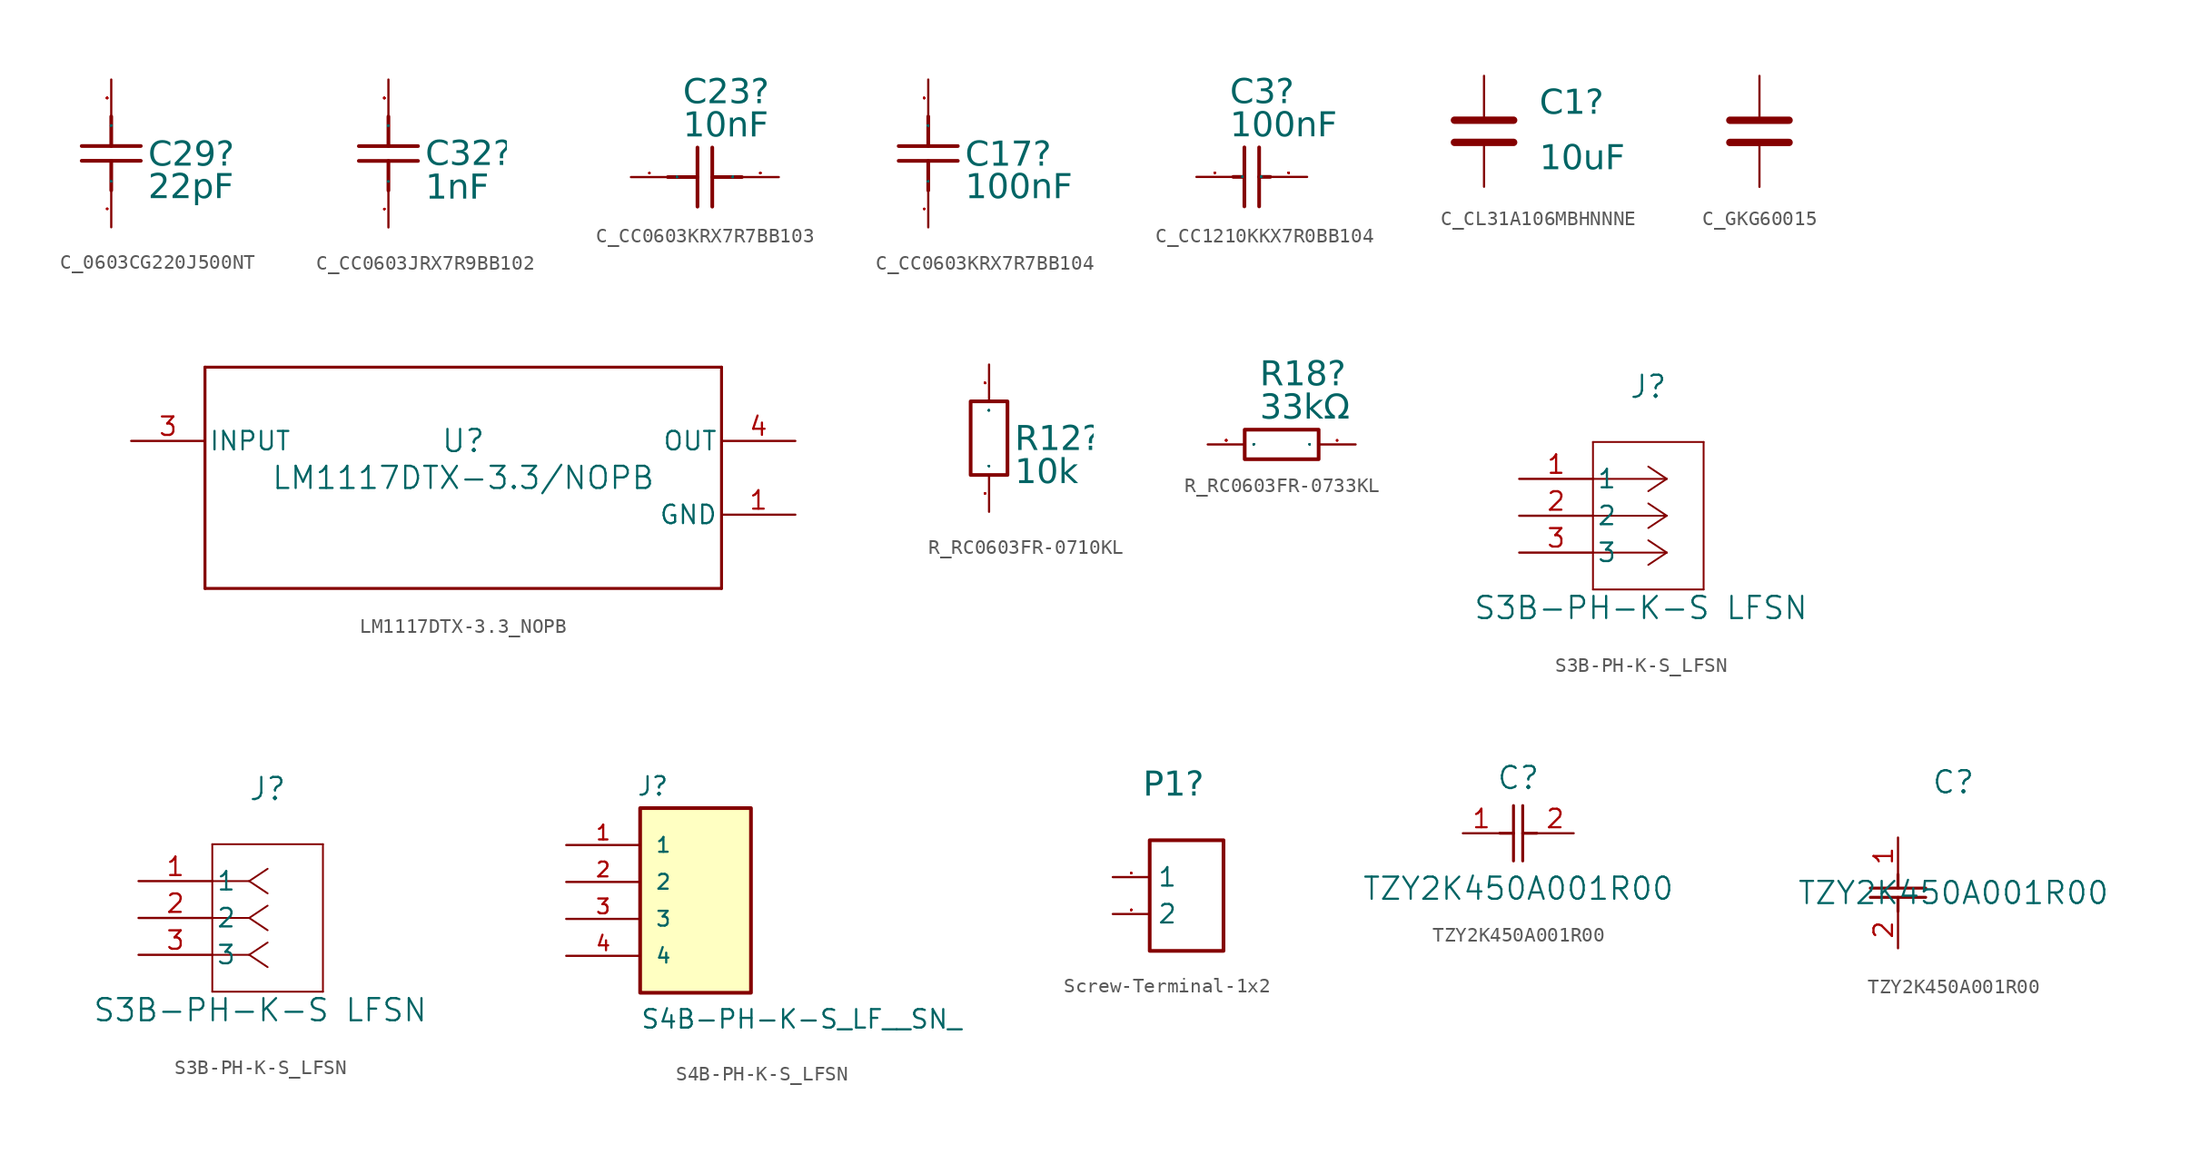
<source format=kicad_sym>
(kicad_symbol_lib
  (version 20241209)
  (generator "kicad_symbol_editor")
  (generator_version "9.0")
  (symbol "C_0603CG220J500NT"
    (property "Reference" "C29"
      (at 2.54 0.851 0)
      (effects (font (face "Arial") (size 1.689 1.689)) (justify left top)))
    (property "Value" "22pF"
      (at 2.54 -1.384 0)
      (effects (font (face "Arial") (size 1.689 1.689)) (justify left top)))
    (symbol "C_0603CG220J500NT_0_0"
      (polyline (pts (xy -2.032 0.508) (xy 2.032 0.508)) (stroke (width 0.254) (type solid)) (fill (type none)))
      (polyline (pts (xy 0 2.54) (xy 0 0.508)) (stroke (width 0.254) (type solid)) (fill (type none)))
      (polyline (pts (xy 0 -0.508) (xy 0 -2.54)) (stroke (width 0.254) (type solid)) (fill (type none)))
      (polyline (pts (xy 2.032 -0.508) (xy -2.032 -0.508)) (stroke (width 0.254) (type solid)) (fill (type none)))
      (pin unspecified line (at 0 5.08 270) (length 2.54) (name "2" (effects (font (size 0.025 0.025)))) (number "2" (effects (font (size 0.025 0.025)))))
      (pin unspecified line (at 0 -5.08 90) (length 2.54) (name "1" (effects (font (size 0.025 0.025)))) (number "1" (effects (font (size 0.025 0.025)))))))
  (symbol "C_CC0603JRX7R9BB102"
    (property "Reference" "C32"
      (at 2.54 0.902 0)
      (effects (font (face "Arial") (size 1.689 1.689)) (justify left top)))
    (property "Value" "1nF"
      (at 2.54 -1.41 0)
      (effects (font (face "Arial") (size 1.689 1.689)) (justify left top)))
    (symbol "C_CC0603JRX7R9BB102_0_0"
      (polyline (pts (xy -2.032 0.508) (xy 2.032 0.508)) (stroke (width 0.254) (type solid)) (fill (type none)))
      (polyline (pts (xy 0 2.54) (xy 0 0.508)) (stroke (width 0.254) (type solid)) (fill (type none)))
      (polyline (pts (xy 0 -0.508) (xy 0 -2.54)) (stroke (width 0.254) (type solid)) (fill (type none)))
      (polyline (pts (xy 2.032 -0.508) (xy -2.032 -0.508)) (stroke (width 0.254) (type solid)) (fill (type none)))
      (pin unspecified line (at 0 5.08 270) (length 2.54) (name "2" (effects (font (size 0.025 0.025)))) (number "2" (effects (font (size 0.025 0.025)))))
      (pin unspecified line (at 0 -5.08 90) (length 2.54) (name "1" (effects (font (size 0.025 0.025)))) (number "1" (effects (font (size 0.025 0.025)))))))
  (symbol "C_CC0603KRX7R7BB103"
    (property "Reference" "C23"
      (at -1.499 6.769 0)
      (effects (font (face "Arial") (size 1.689 1.689)) (justify left top)))
    (property "Value" "10nF"
      (at -1.499 4.483 0)
      (effects (font (face "Arial") (size 1.689 1.689)) (justify left top)))
    (symbol "C_CC0603KRX7R7BB103_0_0"
      (polyline (pts (xy -0.508 0) (xy -2.54 0)) (stroke (width 0.254) (type solid)) (fill (type none)))
      (polyline (pts (xy -0.508 -2.032) (xy -0.508 2.032)) (stroke (width 0.254) (type solid)) (fill (type none)))
      (polyline (pts (xy 0.508 2.032) (xy 0.508 -2.032)) (stroke (width 0.254) (type solid)) (fill (type none)))
      (polyline (pts (xy 2.54 0) (xy 0.508 0)) (stroke (width 0.254) (type solid)) (fill (type none)))
      (pin unspecified line (at -5.08 0 0) (length 2.54) (name "1" (effects (font (size 0.025 0.025)))) (number "1" (effects (font (size 0.025 0.025)))))
      (pin unspecified line (at 5.08 0 180) (length 2.54) (name "2" (effects (font (size 0.025 0.025)))) (number "2" (effects (font (size 0.025 0.025)))))))
  (symbol "C_CC0603KRX7R7BB104"
    (property "Reference" "C17"
      (at 2.54 0.851 0)
      (effects (font (face "Arial") (size 1.689 1.689)) (justify left top)))
    (property "Value" "100nF"
      (at 2.54 -1.384 0)
      (effects (font (face "Arial") (size 1.689 1.689)) (justify left top)))
    (symbol "C_CC0603KRX7R7BB104_0_0"
      (polyline (pts (xy -2.032 0.508) (xy 2.032 0.508)) (stroke (width 0.254) (type solid)) (fill (type none)))
      (polyline (pts (xy 0 2.54) (xy 0 0.508)) (stroke (width 0.254) (type solid)) (fill (type none)))
      (polyline (pts (xy 0 -0.508) (xy 0 -2.54)) (stroke (width 0.254) (type solid)) (fill (type none)))
      (polyline (pts (xy 2.032 -0.508) (xy -2.032 -0.508)) (stroke (width 0.254) (type solid)) (fill (type none)))
      (pin unspecified line (at 0 5.08 270) (length 2.54) (name "2" (effects (font (size 0.025 0.025)))) (number "2" (effects (font (size 0.025 0.025)))))
      (pin unspecified line (at 0 -5.08 90) (length 2.54) (name "1" (effects (font (size 0.025 0.025)))) (number "1" (effects (font (size 0.025 0.025)))))))
  (symbol "C_CC1210KKX7R0BB104"
    (property "Reference" "C3"
      (at -2.769 6.769 0)
      (effects (font (face "Arial") (size 1.689 1.689)) (justify left top)))
    (property "Value" "100nF"
      (at -2.769 4.483 0)
      (effects (font (face "Arial") (size 1.689 1.689)) (justify left top)))
    (symbol "C_CC1210KKX7R0BB104_0_0"
      (polyline (pts (xy -2.54 0) (xy -1.778 0)) (stroke (width 0.254) (type solid)) (fill (type none)))
      (polyline (pts (xy -1.778 2.032) (xy -1.778 -2.032)) (stroke (width 0.254) (type solid)) (fill (type none)))
      (polyline (pts (xy -0.762 2.032) (xy -0.762 -2.032)) (stroke (width 0.254) (type solid)) (fill (type none)))
      (polyline (pts (xy -0.762 0) (xy 0 0)) (stroke (width 0.254) (type solid)) (fill (type none)))
      (pin input line (at -5.08 0 0) (length 2.54) (name "1" (effects (font (size 0.025 0.025)))) (number "1" (effects (font (size 0.025 0.025)))))
      (pin input line (at 2.54 0 180) (length 2.54) (name "2" (effects (font (size 0.025 0.025)))) (number "2" (effects (font (size 0.025 0.025)))))))
  (symbol "C_CL31A106MBHNNNE"
    (pin_numbers
      (hide yes))
    (pin_names
      (offset 0.254))
    (property "Reference" "C1"
      (at 3.81 1.905 0)
      (effects (font (face "Arial") (size 1.689 1.689)) (justify left)))
    (property "Value" "10uF"
      (at 3.81 -1.905 0)
      (effects (font (face "Arial") (size 1.689 1.689)) (justify left)))
    (symbol "C_CL31A106MBHNNNE_0_1"
      (polyline (pts (xy -2.032 0.762) (xy 2.032 0.762)) (stroke (width 0.508) (type default)) (fill (type none)))
      (polyline (pts (xy -2.032 -0.762) (xy 2.032 -0.762)) (stroke (width 0.508) (type default)) (fill (type none))))
    (symbol "C_CL31A106MBHNNNE_1_1"
      (pin passive line (at 0 3.81 270) (length 2.794) (name "~" (effects (font (size 1.27 1.27)))) (number "1" (effects (font (size 1.27 1.27)))))
      (pin passive line (at 0 -3.81 90) (length 2.794) (name "~" (effects (font (size 1.27 1.27)))) (number "2" (effects (font (size 1.27 1.27)))))))
  (symbol "C_GKG60015"
    (pin_numbers
      (hide yes))
    (pin_names
      (offset 0.254))
    (property "Reference" "C8"
      (at 5.08 -3.81 90)
      (effects (font (size 1.524 1.524)) (justify right) (hide yes)))
    (symbol "C_GKG60015_0_1"
      (polyline (pts (xy -2.032 0.762) (xy 2.032 0.762)) (stroke (width 0.508) (type default)) (fill (type none)))
      (polyline (pts (xy -2.032 -0.762) (xy 2.032 -0.762)) (stroke (width 0.508) (type default)) (fill (type none))))
    (symbol "C_GKG60015_1_1"
      (pin passive line (at 0 3.81 270) (length 2.794) (name "~" (effects (font (size 1.27 1.27)))) (number "1" (effects (font (size 1.27 1.27)))))
      (pin passive line (at 0 -3.81 90) (length 2.794) (name "~" (effects (font (size 1.27 1.27)))) (number "2" (effects (font (size 1.27 1.27)))))))
  (symbol "LM1117DTX-3.3_NOPB"
    (pin_names
      (offset 0.254))
    (property "Reference" "U"
      (at 0 2.54 0)
      (effects (font (size 1.524 1.524))))
    (property "Value" "LM1117DTX-3.3/NOPB"
      (at 0 0 0)
      (effects (font (size 1.524 1.524))))
    (property "ki_locked" ""
      (at 0 0 0)
      (effects (font (size 1.27 1.27))))
    (symbol "LM1117DTX-3.3_NOPB_0_1"
      (polyline (pts (xy -17.78 7.62) (xy -17.78 -7.62)) (stroke (width 0.203) (type default)) (fill (type none)))
      (polyline (pts (xy -17.78 -7.62) (xy 17.78 -7.62)) (stroke (width 0.203) (type default)) (fill (type none)))
      (polyline (pts (xy 17.78 7.62) (xy -17.78 7.62)) (stroke (width 0.203) (type default)) (fill (type none)))
      (polyline (pts (xy 17.78 -7.62) (xy 17.78 7.62)) (stroke (width 0.203) (type default)) (fill (type none)))
      (pin power_in line (at -22.86 2.54 0) (length 5.08) (name "INPUT" (effects (font (size 1.27 1.27)))) (number "3" (effects (font (size 1.27 1.27)))))
      (pin power_in line (at 22.86 2.54 180) (length 5.08) (name "OUT" (effects (font (size 1.27 1.27)))) (number "4" (effects (font (size 1.27 1.27)))))
      (pin power_in line (at 22.86 -2.54 180) (length 5.08) (name "GND" (effects (font (size 1.27 1.27)))) (number "1" (effects (font (size 1.27 1.27)))))))
  (symbol "R_RC0603FR-0710KL"
    (property "Reference" "R12"
      (at 1.778 0.876 0)
      (effects (font (face "Arial") (size 1.689 1.689)) (justify left top)))
    (property "Value" "10k"
      (at 1.778 -1.41 0)
      (effects (font (face "Arial") (size 1.689 1.689)) (justify left top)))
    (symbol "R_RC0603FR-0710KL_0_0"
      (rectangle (start -1.27 2.54) (end 1.27 -2.54) (stroke (width 0.254) (type solid)) (fill (type none)))
      (pin unspecified line (at 0 5.08 270) (length 2.54) (name "2" (effects (font (size 0.025 0.025)))) (number "2" (effects (font (size 0.025 0.025)))))
      (pin unspecified line (at 0 -5.08 90) (length 2.54) (name "1" (effects (font (size 0.025 0.025)))) (number "1" (effects (font (size 0.025 0.025)))))))
  (symbol "R_RC0603FR-0733KL"
    (property "Reference" "R18"
      (at -1.499 5.753 0)
      (effects (font (face "Arial") (size 1.689 1.689)) (justify left top)))
    (property "Value" "33kΩ"
      (at -1.499 3.467 0)
      (effects (font (face "Arial") (size 1.689 1.689)) (justify left top)))
    (symbol "R_RC0603FR-0733KL_0_0"
      (rectangle (start -2.54 1.016) (end 2.54 -1.016) (stroke (width 0.254) (type solid)) (fill (type none)))
      (pin input line (at -5.08 0 0) (length 2.54) (name "2" (effects (font (size 0.025 0.025)))) (number "2" (effects (font (size 0.025 0.025)))))
      (pin input line (at 5.08 0 180) (length 2.54) (name "1" (effects (font (size 0.025 0.025)))) (number "1" (effects (font (size 0.025 0.025)))))))
  (symbol "S3B-PH-K-S_LFSN"
    (pin_names
      (offset 0.254))
    (property "Reference" "J"
      (at 8.89 6.35 0)
      (effects (font (size 1.524 1.524))))
    (property "Value" "S3B-PH-K-S LFSN"
      (at 8.382 -8.89 0)
      (effects (font (size 1.524 1.524))))
    (symbol "S3B-PH-K-S_LFSN_1_1"
      (polyline (pts (xy 5.08 2.54) (xy 5.08 -7.62)) (stroke (width 0.127) (type default)) (fill (type none)))
      (polyline (pts (xy 5.08 -7.62) (xy 12.7 -7.62)) (stroke (width 0.127) (type default)) (fill (type none)))
      (polyline (pts (xy 10.16 0) (xy 5.08 0)) (stroke (width 0.127) (type default)) (fill (type none)))
      (polyline (pts (xy 10.16 0) (xy 8.89 0.847)) (stroke (width 0.127) (type default)) (fill (type none)))
      (polyline (pts (xy 10.16 0) (xy 8.89 -0.847)) (stroke (width 0.127) (type default)) (fill (type none)))
      (polyline (pts (xy 10.16 -2.54) (xy 5.08 -2.54)) (stroke (width 0.127) (type default)) (fill (type none)))
      (polyline (pts (xy 10.16 -2.54) (xy 8.89 -1.693)) (stroke (width 0.127) (type default)) (fill (type none)))
      (polyline (pts (xy 10.16 -2.54) (xy 8.89 -3.387)) (stroke (width 0.127) (type default)) (fill (type none)))
      (polyline (pts (xy 10.16 -5.08) (xy 5.08 -5.08)) (stroke (width 0.127) (type default)) (fill (type none)))
      (polyline (pts (xy 10.16 -5.08) (xy 8.89 -4.233)) (stroke (width 0.127) (type default)) (fill (type none)))
      (polyline (pts (xy 10.16 -5.08) (xy 8.89 -5.927)) (stroke (width 0.127) (type default)) (fill (type none)))
      (polyline (pts (xy 12.7 2.54) (xy 5.08 2.54)) (stroke (width 0.127) (type default)) (fill (type none)))
      (polyline (pts (xy 12.7 -7.62) (xy 12.7 2.54)) (stroke (width 0.127) (type default)) (fill (type none)))
      (pin unspecified line (at 0 0 0) (length 5.08) (name "1" (effects (font (size 1.27 1.27)))) (number "1" (effects (font (size 1.27 1.27)))))
      (pin unspecified line (at 0 -2.54 0) (length 5.08) (name "2" (effects (font (size 1.27 1.27)))) (number "2" (effects (font (size 1.27 1.27)))))
      (pin unspecified line (at 0 -5.08 0) (length 5.08) (name "3" (effects (font (size 1.27 1.27)))) (number "3" (effects (font (size 1.27 1.27))))))
    (symbol "S3B-PH-K-S_LFSN_1_2"
      (polyline (pts (xy 5.08 2.54) (xy 5.08 -7.62)) (stroke (width 0.127) (type default)) (fill (type none)))
      (polyline (pts (xy 5.08 -7.62) (xy 12.7 -7.62)) (stroke (width 0.127) (type default)) (fill (type none)))
      (polyline (pts (xy 7.62 0) (xy 5.08 0)) (stroke (width 0.127) (type default)) (fill (type none)))
      (polyline (pts (xy 7.62 0) (xy 8.89 0.847)) (stroke (width 0.127) (type default)) (fill (type none)))
      (polyline (pts (xy 7.62 0) (xy 8.89 -0.847)) (stroke (width 0.127) (type default)) (fill (type none)))
      (polyline (pts (xy 7.62 -2.54) (xy 5.08 -2.54)) (stroke (width 0.127) (type default)) (fill (type none)))
      (polyline (pts (xy 7.62 -2.54) (xy 8.89 -1.693)) (stroke (width 0.127) (type default)) (fill (type none)))
      (polyline (pts (xy 7.62 -2.54) (xy 8.89 -3.387)) (stroke (width 0.127) (type default)) (fill (type none)))
      (polyline (pts (xy 7.62 -5.08) (xy 5.08 -5.08)) (stroke (width 0.127) (type default)) (fill (type none)))
      (polyline (pts (xy 7.62 -5.08) (xy 8.89 -4.233)) (stroke (width 0.127) (type default)) (fill (type none)))
      (polyline (pts (xy 7.62 -5.08) (xy 8.89 -5.927)) (stroke (width 0.127) (type default)) (fill (type none)))
      (polyline (pts (xy 12.7 2.54) (xy 5.08 2.54)) (stroke (width 0.127) (type default)) (fill (type none)))
      (polyline (pts (xy 12.7 -7.62) (xy 12.7 2.54)) (stroke (width 0.127) (type default)) (fill (type none)))
      (pin unspecified line (at 0 0 0) (length 5.08) (name "1" (effects (font (size 1.27 1.27)))) (number "1" (effects (font (size 1.27 1.27)))))
      (pin unspecified line (at 0 -2.54 0) (length 5.08) (name "2" (effects (font (size 1.27 1.27)))) (number "2" (effects (font (size 1.27 1.27)))))
      (pin unspecified line (at 0 -5.08 0) (length 5.08) (name "3" (effects (font (size 1.27 1.27)))) (number "3" (effects (font (size 1.27 1.27)))))))
  (symbol "S4B-PH-K-S_LFSN"
    (pin_names
      (offset 1.016))
    (property "Reference" "J"
      (at -2.795 5.844 0)
      (effects (font (size 1.27 1.27)) (justify left bottom)))
    (property "Value" "S4B-PH-K-S_LF__SN_"
      (at -2.544 -10.177 0)
      (effects (font (size 1.27 1.27)) (justify left bottom)))
    (symbol "S4B-PH-K-S_LFSN_0_0"
      (rectangle (start -2.54 -7.62) (end 5.08 5.08) (stroke (width 0.254) (type default)) (fill (type background)))
      (pin passive line (at -7.62 2.54 0) (length 5.08) (name "1" (effects (font (size 1.016 1.016)))) (number "1" (effects (font (size 1.016 1.016)))))
      (pin passive line (at -7.62 0 0) (length 5.08) (name "2" (effects (font (size 1.016 1.016)))) (number "2" (effects (font (size 1.016 1.016)))))
      (pin passive line (at -7.62 -2.54 0) (length 5.08) (name "3" (effects (font (size 1.016 1.016)))) (number "3" (effects (font (size 1.016 1.016)))))
      (pin passive line (at -7.62 -5.08 0) (length 5.08) (name "4" (effects (font (size 1.016 1.016)))) (number "4" (effects (font (size 1.016 1.016)))))))
  (symbol "Screw-Terminal-1x2"
    (property "Reference" "P1"
      (at 2.083 4.763 0)
      (effects (font (face "Arial") (size 1.689 1.689)) (justify left top)))
    (property "Manufactuerer Part" ""
      (at 0 0 0)
      (effects (font (size 1.27 1.27))))
    (symbol "Screw-Terminal-1x2_0_0"
      (rectangle (start 2.54 0) (end 7.62 -7.62) (stroke (width 0.254) (type solid)) (fill (type none))))
    (symbol "Screw-Terminal-1x2_1_0"
      (pin power_out line (at 0 -2.54 0) (length 2.54) (name "1" (effects (font (size 1.27 1.27)))) (number "1" (effects (font (size 0.025 0.025)))))
      (pin power_out line (at 0 -5.08 0) (length 2.54) (name "2" (effects (font (size 1.27 1.27)))) (number "2" (effects (font (size 0.025 0.025)))))))
  (symbol "TZY2K450A001R00"
    (pin_names
      (offset 0.254))
    (property "Reference" "C"
      (at 3.81 3.81 0)
      (effects (font (size 1.524 1.524))))
    (property "Value" "TZY2K450A001R00"
      (at 3.81 -3.81 0)
      (effects (font (size 1.524 1.524))))
    (property "ki_locked" ""
      (at 0 0 0)
      (effects (font (size 1.27 1.27))))
    (symbol "TZY2K450A001R00_1_1"
      (polyline (pts (xy 2.54 0) (xy 3.48 0)) (stroke (width 0.203) (type default)) (fill (type none)))
      (polyline (pts (xy 3.48 -1.905) (xy 3.48 1.905)) (stroke (width 0.203) (type default)) (fill (type none)))
      (polyline (pts (xy 4.115 0) (xy 5.08 0)) (stroke (width 0.203) (type default)) (fill (type none)))
      (polyline (pts (xy 4.115 -1.905) (xy 4.115 1.905)) (stroke (width 0.203) (type default)) (fill (type none)))
      (pin unspecified line (at 0 0 0) (length 2.54) (name "" (effects (font (size 1.27 1.27)))) (number "1" (effects (font (size 1.27 1.27)))))
      (pin unspecified line (at 7.62 0 180) (length 2.54) (name "" (effects (font (size 1.27 1.27)))) (number "2" (effects (font (size 1.27 1.27))))))
    (symbol "TZY2K450A001R00_1_2"
      (polyline (pts (xy -1.905 -3.48) (xy 1.905 -3.48)) (stroke (width 0.203) (type default)) (fill (type none)))
      (polyline (pts (xy -1.905 -4.115) (xy 1.905 -4.115)) (stroke (width 0.203) (type default)) (fill (type none)))
      (polyline (pts (xy 0 -2.54) (xy 0 -3.48)) (stroke (width 0.203) (type default)) (fill (type none)))
      (polyline (pts (xy 0 -4.115) (xy 0 -5.08)) (stroke (width 0.203) (type default)) (fill (type none)))
      (pin unspecified line (at 0 0 270) (length 2.54) (name "" (effects (font (size 1.27 1.27)))) (number "1" (effects (font (size 1.27 1.27)))))
      (pin unspecified line (at 0 -7.62 90) (length 2.54) (name "" (effects (font (size 1.27 1.27)))) (number "2" (effects (font (size 1.27 1.27))))))))
</source>
